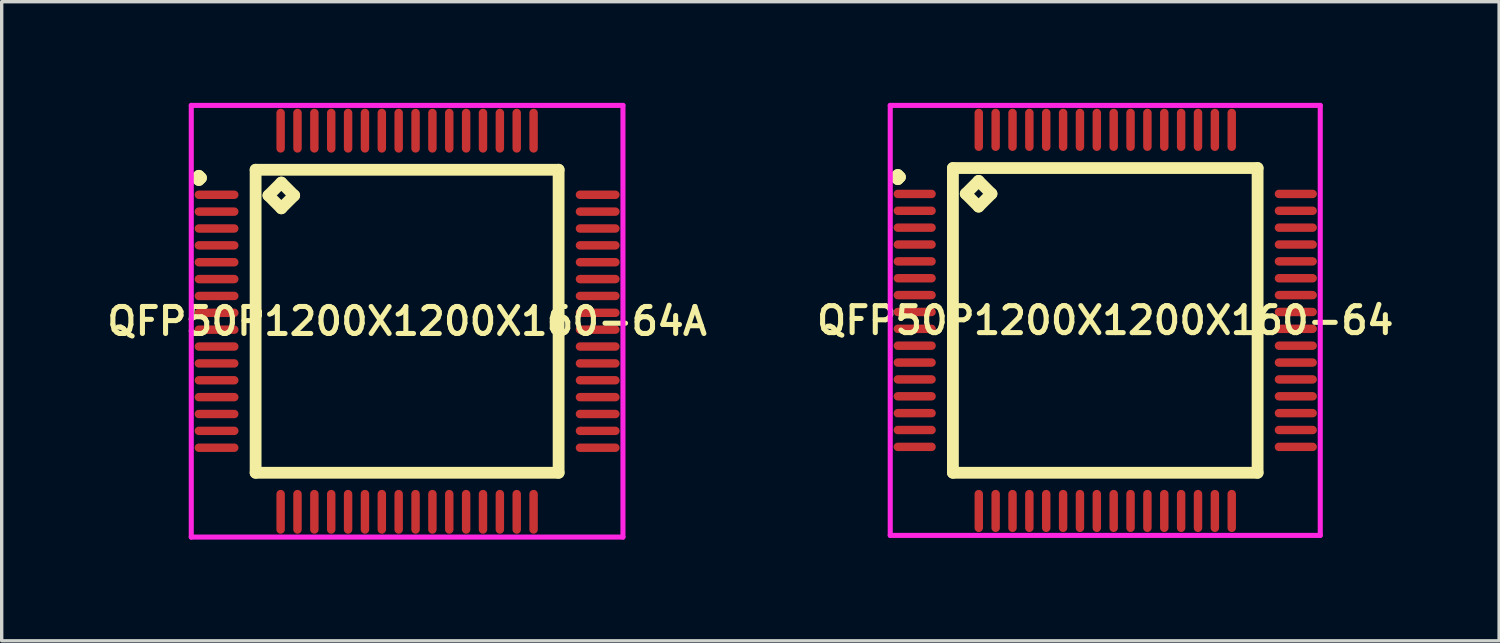
<source format=kicad_pcb>
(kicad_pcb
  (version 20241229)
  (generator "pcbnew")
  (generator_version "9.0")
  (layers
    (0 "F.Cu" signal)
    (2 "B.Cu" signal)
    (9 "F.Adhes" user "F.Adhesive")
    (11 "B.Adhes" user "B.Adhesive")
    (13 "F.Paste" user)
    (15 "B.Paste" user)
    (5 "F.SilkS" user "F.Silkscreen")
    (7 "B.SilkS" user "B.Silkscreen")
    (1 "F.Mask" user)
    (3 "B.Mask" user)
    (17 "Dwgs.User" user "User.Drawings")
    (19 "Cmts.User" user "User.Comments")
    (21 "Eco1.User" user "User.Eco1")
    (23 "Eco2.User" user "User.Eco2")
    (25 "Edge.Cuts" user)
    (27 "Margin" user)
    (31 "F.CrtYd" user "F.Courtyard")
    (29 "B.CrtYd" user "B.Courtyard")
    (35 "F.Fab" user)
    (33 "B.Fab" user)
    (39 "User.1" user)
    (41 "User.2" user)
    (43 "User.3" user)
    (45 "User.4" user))
  (footprint "QFP50P1200X1200X160-64"
    (layer "F.Cu")
    (at 29.721 6.45)
    (property "Reference" "QFP50P1200X1200X160-64" (at 0 0 0) (layer "F.SilkS") (effects (font (size 0.8 0.8) (thickness 0.15))))
    (attr smd)
    (fp_line (start -6.213 -4.25) (end -6.15 -4.312) (stroke (width 0.35) (type solid)) (layer "F.SilkS"))
    (fp_line (start -6.15 -4.312) (end -6.088 -4.25) (stroke (width 0.35) (type solid)) (layer "F.SilkS"))
    (fp_line (start -6.15 -4.188) (end -6.213 -4.25) (stroke (width 0.35) (type solid)) (layer "F.SilkS"))
    (fp_line (start -6.088 -4.25) (end -6.15 -4.188) (stroke (width 0.35) (type solid)) (layer "F.SilkS"))
    (fp_line (start -4.517 -4.517) (end -4.517 4.517) (stroke (width 0.35) (type solid)) (layer "F.SilkS"))
    (fp_line (start -4.517 4.517) (end 4.517 4.517) (stroke (width 0.35) (type solid)) (layer "F.SilkS"))
    (fp_line (start -4.136 -3.755) (end -3.755 -4.136) (stroke (width 0.35) (type solid)) (layer "F.SilkS"))
    (fp_line (start -3.755 -4.136) (end -3.374 -3.755) (stroke (width 0.35) (type solid)) (layer "F.SilkS"))
    (fp_line (start -3.755 -3.374) (end -4.136 -3.755) (stroke (width 0.35) (type solid)) (layer "F.SilkS"))
    (fp_line (start -3.374 -3.755) (end -3.755 -3.374) (stroke (width 0.35) (type solid)) (layer "F.SilkS"))
    (fp_line (start 4.517 -4.517) (end -4.517 -4.517) (stroke (width 0.35) (type solid)) (layer "F.SilkS"))
    (fp_line (start 4.517 4.517) (end 4.517 -4.517) (stroke (width 0.35) (type solid)) (layer "F.SilkS"))
    (fp_line (start -6.375 -6.375) (end 6.375 -6.375) (stroke (width 0.15) (type solid)) (layer "F.CrtYd"))
    (fp_line (start -6.375 6.375) (end -6.375 -6.375) (stroke (width 0.15) (type solid)) (layer "F.CrtYd"))
    (fp_line (start 6.375 -6.375) (end 6.375 6.375) (stroke (width 0.15) (type solid)) (layer "F.CrtYd"))
    (fp_line (start 6.375 6.375) (end -6.375 6.375) (stroke (width 0.15) (type solid)) (layer "F.CrtYd"))
    (pad "1" smd oval (at -5.65 -3.75) (size 1.25 0.25) (layers "F.Cu" "F.Mask" "F.Paste"))
    (pad "2" smd oval (at -5.65 -3.25) (size 1.25 0.25) (layers "F.Cu" "F.Mask" "F.Paste"))
    (pad "3" smd oval (at -5.65 -2.75) (size 1.25 0.25) (layers "F.Cu" "F.Mask" "F.Paste"))
    (pad "4" smd oval (at -5.65 -2.25) (size 1.25 0.25) (layers "F.Cu" "F.Mask" "F.Paste"))
    (pad "5" smd oval (at -5.65 -1.75) (size 1.25 0.25) (layers "F.Cu" "F.Mask" "F.Paste"))
    (pad "6" smd oval (at -5.65 -1.25) (size 1.25 0.25) (layers "F.Cu" "F.Mask" "F.Paste"))
    (pad "7" smd oval (at -5.65 -0.75) (size 1.25 0.25) (layers "F.Cu" "F.Mask" "F.Paste"))
    (pad "8" smd oval (at -5.65 -0.25) (size 1.25 0.25) (layers "F.Cu" "F.Mask" "F.Paste"))
    (pad "9" smd oval (at -5.65 0.25) (size 1.25 0.25) (layers "F.Cu" "F.Mask" "F.Paste"))
    (pad "10" smd oval (at -5.65 0.75) (size 1.25 0.25) (layers "F.Cu" "F.Mask" "F.Paste"))
    (pad "11" smd oval (at -5.65 1.25) (size 1.25 0.25) (layers "F.Cu" "F.Mask" "F.Paste"))
    (pad "12" smd oval (at -5.65 1.75) (size 1.25 0.25) (layers "F.Cu" "F.Mask" "F.Paste"))
    (pad "13" smd oval (at -5.65 2.25) (size 1.25 0.25) (layers "F.Cu" "F.Mask" "F.Paste"))
    (pad "14" smd oval (at -5.65 2.75) (size 1.25 0.25) (layers "F.Cu" "F.Mask" "F.Paste"))
    (pad "15" smd oval (at -5.65 3.25) (size 1.25 0.25) (layers "F.Cu" "F.Mask" "F.Paste"))
    (pad "16" smd oval (at -5.65 3.75) (size 1.25 0.25) (layers "F.Cu" "F.Mask" "F.Paste"))
    (pad "17" smd oval (at -3.75 5.65) (size 0.25 1.25) (layers "F.Cu" "F.Mask" "F.Paste"))
    (pad "18" smd oval (at -3.25 5.65) (size 0.25 1.25) (layers "F.Cu" "F.Mask" "F.Paste"))
    (pad "19" smd oval (at -2.75 5.65) (size 0.25 1.25) (layers "F.Cu" "F.Mask" "F.Paste"))
    (pad "20" smd oval (at -2.25 5.65) (size 0.25 1.25) (layers "F.Cu" "F.Mask" "F.Paste"))
    (pad "21" smd oval (at -1.75 5.65) (size 0.25 1.25) (layers "F.Cu" "F.Mask" "F.Paste"))
    (pad "22" smd oval (at -1.25 5.65) (size 0.25 1.25) (layers "F.Cu" "F.Mask" "F.Paste"))
    (pad "23" smd oval (at -0.75 5.65) (size 0.25 1.25) (layers "F.Cu" "F.Mask" "F.Paste"))
    (pad "24" smd oval (at -0.25 5.65) (size 0.25 1.25) (layers "F.Cu" "F.Mask" "F.Paste"))
    (pad "25" smd oval (at 0.25 5.65) (size 0.25 1.25) (layers "F.Cu" "F.Mask" "F.Paste"))
    (pad "26" smd oval (at 0.75 5.65) (size 0.25 1.25) (layers "F.Cu" "F.Mask" "F.Paste"))
    (pad "27" smd oval (at 1.25 5.65) (size 0.25 1.25) (layers "F.Cu" "F.Mask" "F.Paste"))
    (pad "28" smd oval (at 1.75 5.65) (size 0.25 1.25) (layers "F.Cu" "F.Mask" "F.Paste"))
    (pad "29" smd oval (at 2.25 5.65) (size 0.25 1.25) (layers "F.Cu" "F.Mask" "F.Paste"))
    (pad "30" smd oval (at 2.75 5.65) (size 0.25 1.25) (layers "F.Cu" "F.Mask" "F.Paste"))
    (pad "31" smd oval (at 3.25 5.65) (size 0.25 1.25) (layers "F.Cu" "F.Mask" "F.Paste"))
    (pad "32" smd oval (at 3.75 5.65) (size 0.25 1.25) (layers "F.Cu" "F.Mask" "F.Paste"))
    (pad "33" smd oval (at 5.65 3.75) (size 1.25 0.25) (layers "F.Cu" "F.Mask" "F.Paste"))
    (pad "34" smd oval (at 5.65 3.25) (size 1.25 0.25) (layers "F.Cu" "F.Mask" "F.Paste"))
    (pad "35" smd oval (at 5.65 2.75) (size 1.25 0.25) (layers "F.Cu" "F.Mask" "F.Paste"))
    (pad "36" smd oval (at 5.65 2.25) (size 1.25 0.25) (layers "F.Cu" "F.Mask" "F.Paste"))
    (pad "37" smd oval (at 5.65 1.75) (size 1.25 0.25) (layers "F.Cu" "F.Mask" "F.Paste"))
    (pad "38" smd oval (at 5.65 1.25) (size 1.25 0.25) (layers "F.Cu" "F.Mask" "F.Paste"))
    (pad "39" smd oval (at 5.65 0.75) (size 1.25 0.25) (layers "F.Cu" "F.Mask" "F.Paste"))
    (pad "40" smd oval (at 5.65 0.25) (size 1.25 0.25) (layers "F.Cu" "F.Mask" "F.Paste"))
    (pad "41" smd oval (at 5.65 -0.25) (size 1.25 0.25) (layers "F.Cu" "F.Mask" "F.Paste"))
    (pad "42" smd oval (at 5.65 -0.75) (size 1.25 0.25) (layers "F.Cu" "F.Mask" "F.Paste"))
    (pad "43" smd oval (at 5.65 -1.25) (size 1.25 0.25) (layers "F.Cu" "F.Mask" "F.Paste"))
    (pad "44" smd oval (at 5.65 -1.75) (size 1.25 0.25) (layers "F.Cu" "F.Mask" "F.Paste"))
    (pad "45" smd oval (at 5.65 -2.25) (size 1.25 0.25) (layers "F.Cu" "F.Mask" "F.Paste"))
    (pad "46" smd oval (at 5.65 -2.75) (size 1.25 0.25) (layers "F.Cu" "F.Mask" "F.Paste"))
    (pad "47" smd oval (at 5.65 -3.25) (size 1.25 0.25) (layers "F.Cu" "F.Mask" "F.Paste"))
    (pad "48" smd oval (at 5.65 -3.75) (size 1.25 0.25) (layers "F.Cu" "F.Mask" "F.Paste"))
    (pad "49" smd oval (at 3.75 -5.65) (size 0.25 1.25) (layers "F.Cu" "F.Mask" "F.Paste"))
    (pad "50" smd oval (at 3.25 -5.65) (size 0.25 1.25) (layers "F.Cu" "F.Mask" "F.Paste"))
    (pad "51" smd oval (at 2.75 -5.65) (size 0.25 1.25) (layers "F.Cu" "F.Mask" "F.Paste"))
    (pad "52" smd oval (at 2.25 -5.65) (size 0.25 1.25) (layers "F.Cu" "F.Mask" "F.Paste"))
    (pad "53" smd oval (at 1.75 -5.65) (size 0.25 1.25) (layers "F.Cu" "F.Mask" "F.Paste"))
    (pad "54" smd oval (at 1.25 -5.65) (size 0.25 1.25) (layers "F.Cu" "F.Mask" "F.Paste"))
    (pad "55" smd oval (at 0.75 -5.65) (size 0.25 1.25) (layers "F.Cu" "F.Mask" "F.Paste"))
    (pad "56" smd oval (at 0.25 -5.65) (size 0.25 1.25) (layers "F.Cu" "F.Mask" "F.Paste"))
    (pad "57" smd oval (at -0.25 -5.65) (size 0.25 1.25) (layers "F.Cu" "F.Mask" "F.Paste"))
    (pad "58" smd oval (at -0.75 -5.65) (size 0.25 1.25) (layers "F.Cu" "F.Mask" "F.Paste"))
    (pad "59" smd oval (at -1.25 -5.65) (size 0.25 1.25) (layers "F.Cu" "F.Mask" "F.Paste"))
    (pad "60" smd oval (at -1.75 -5.65) (size 0.25 1.25) (layers "F.Cu" "F.Mask" "F.Paste"))
    (pad "61" smd oval (at -2.25 -5.65) (size 0.25 1.25) (layers "F.Cu" "F.Mask" "F.Paste"))
    (pad "62" smd oval (at -2.75 -5.65) (size 0.25 1.25) (layers "F.Cu" "F.Mask" "F.Paste"))
    (pad "63" smd oval (at -3.25 -5.65) (size 0.25 1.25) (layers "F.Cu" "F.Mask" "F.Paste"))
    (pad "64" smd oval (at -3.75 -5.65) (size 0.25 1.25) (layers "F.Cu" "F.Mask" "F.Paste")))
  (footprint "QFP50P1200X1200X160-64A"
    (layer "F.Cu")
    (at 9.021 6.475)
    (property "Reference" "QFP50P1200X1200X160-64A" (at 0 0 0) (layer "F.SilkS") (effects (font (size 0.8 0.8) (thickness 0.15))))
    (attr through_hole)
    (fp_line (start -6.237 -4.25) (end -6.175 -4.312) (stroke (width 0.35) (type solid)) (layer "F.SilkS"))
    (fp_line (start -6.175 -4.312) (end -6.112 -4.25) (stroke (width 0.35) (type solid)) (layer "F.SilkS"))
    (fp_line (start -6.175 -4.188) (end -6.237 -4.25) (stroke (width 0.35) (type solid)) (layer "F.SilkS"))
    (fp_line (start -6.112 -4.25) (end -6.175 -4.188) (stroke (width 0.35) (type solid)) (layer "F.SilkS"))
    (fp_line (start -4.492 -4.492) (end -4.492 4.492) (stroke (width 0.35) (type solid)) (layer "F.SilkS"))
    (fp_line (start -4.492 4.492) (end 4.492 4.492) (stroke (width 0.35) (type solid)) (layer "F.SilkS"))
    (fp_line (start -4.111 -3.73) (end -3.73 -4.111) (stroke (width 0.35) (type solid)) (layer "F.SilkS"))
    (fp_line (start -3.73 -4.111) (end -3.349 -3.73) (stroke (width 0.35) (type solid)) (layer "F.SilkS"))
    (fp_line (start -3.73 -3.349) (end -4.111 -3.73) (stroke (width 0.35) (type solid)) (layer "F.SilkS"))
    (fp_line (start -3.349 -3.73) (end -3.73 -3.349) (stroke (width 0.35) (type solid)) (layer "F.SilkS"))
    (fp_line (start 4.492 -4.492) (end -4.492 -4.492) (stroke (width 0.35) (type solid)) (layer "F.SilkS"))
    (fp_line (start 4.492 4.492) (end 4.492 -4.492) (stroke (width 0.35) (type solid)) (layer "F.SilkS"))
    (fp_line (start -6.4 -6.4) (end 6.4 -6.4) (stroke (width 0.15) (type solid)) (layer "F.CrtYd"))
    (fp_line (start -6.4 6.4) (end -6.4 -6.4) (stroke (width 0.15) (type solid)) (layer "F.CrtYd"))
    (fp_line (start 6.4 -6.4) (end 6.4 6.4) (stroke (width 0.15) (type solid)) (layer "F.CrtYd"))
    (fp_line (start 6.4 6.4) (end -6.4 6.4) (stroke (width 0.15) (type solid)) (layer "F.CrtYd"))
    (pad "1" smd oval (at -5.65 -3.75) (size 1.3 0.25) (layers "F.Cu" "F.Mask" "F.Paste"))
    (pad "2" smd oval (at -5.65 -3.25) (size 1.3 0.25) (layers "F.Cu" "F.Mask" "F.Paste"))
    (pad "3" smd oval (at -5.65 -2.75) (size 1.3 0.25) (layers "F.Cu" "F.Mask" "F.Paste"))
    (pad "4" smd oval (at -5.65 -2.25) (size 1.3 0.25) (layers "F.Cu" "F.Mask" "F.Paste"))
    (pad "5" smd oval (at -5.65 -1.75) (size 1.3 0.25) (layers "F.Cu" "F.Mask" "F.Paste"))
    (pad "6" smd oval (at -5.65 -1.25) (size 1.3 0.25) (layers "F.Cu" "F.Mask" "F.Paste"))
    (pad "7" smd oval (at -5.65 -0.75) (size 1.3 0.25) (layers "F.Cu" "F.Mask" "F.Paste"))
    (pad "8" smd oval (at -5.65 -0.25) (size 1.3 0.25) (layers "F.Cu" "F.Mask" "F.Paste"))
    (pad "9" smd oval (at -5.65 0.25) (size 1.3 0.25) (layers "F.Cu" "F.Mask" "F.Paste"))
    (pad "10" smd oval (at -5.65 0.75) (size 1.3 0.25) (layers "F.Cu" "F.Mask" "F.Paste"))
    (pad "11" smd oval (at -5.65 1.25) (size 1.3 0.25) (layers "F.Cu" "F.Mask" "F.Paste"))
    (pad "12" smd oval (at -5.65 1.75) (size 1.3 0.25) (layers "F.Cu" "F.Mask" "F.Paste"))
    (pad "13" smd oval (at -5.65 2.25) (size 1.3 0.25) (layers "F.Cu" "F.Mask" "F.Paste"))
    (pad "14" smd oval (at -5.65 2.75) (size 1.3 0.25) (layers "F.Cu" "F.Mask" "F.Paste"))
    (pad "15" smd oval (at -5.65 3.25) (size 1.3 0.25) (layers "F.Cu" "F.Mask" "F.Paste"))
    (pad "16" smd oval (at -5.65 3.75) (size 1.3 0.25) (layers "F.Cu" "F.Mask" "F.Paste"))
    (pad "17" smd oval (at -3.75 5.65) (size 0.25 1.3) (layers "F.Cu" "F.Mask" "F.Paste"))
    (pad "18" smd oval (at -3.25 5.65) (size 0.25 1.3) (layers "F.Cu" "F.Mask" "F.Paste"))
    (pad "19" smd oval (at -2.75 5.65) (size 0.25 1.3) (layers "F.Cu" "F.Mask" "F.Paste"))
    (pad "20" smd oval (at -2.25 5.65) (size 0.25 1.3) (layers "F.Cu" "F.Mask" "F.Paste"))
    (pad "21" smd oval (at -1.75 5.65) (size 0.25 1.3) (layers "F.Cu" "F.Mask" "F.Paste"))
    (pad "22" smd oval (at -1.25 5.65) (size 0.25 1.3) (layers "F.Cu" "F.Mask" "F.Paste"))
    (pad "23" smd oval (at -0.75 5.65) (size 0.25 1.3) (layers "F.Cu" "F.Mask" "F.Paste"))
    (pad "24" smd oval (at -0.25 5.65) (size 0.25 1.3) (layers "F.Cu" "F.Mask" "F.Paste"))
    (pad "25" smd oval (at 0.25 5.65) (size 0.25 1.3) (layers "F.Cu" "F.Mask" "F.Paste"))
    (pad "26" smd oval (at 0.75 5.65) (size 0.25 1.3) (layers "F.Cu" "F.Mask" "F.Paste"))
    (pad "27" smd oval (at 1.25 5.65) (size 0.25 1.3) (layers "F.Cu" "F.Mask" "F.Paste"))
    (pad "28" smd oval (at 1.75 5.65) (size 0.25 1.3) (layers "F.Cu" "F.Mask" "F.Paste"))
    (pad "29" smd oval (at 2.25 5.65) (size 0.25 1.3) (layers "F.Cu" "F.Mask" "F.Paste"))
    (pad "30" smd oval (at 2.75 5.65) (size 0.25 1.3) (layers "F.Cu" "F.Mask" "F.Paste"))
    (pad "31" smd oval (at 3.25 5.65) (size 0.25 1.3) (layers "F.Cu" "F.Mask" "F.Paste"))
    (pad "32" smd oval (at 3.75 5.65) (size 0.25 1.3) (layers "F.Cu" "F.Mask" "F.Paste"))
    (pad "33" smd oval (at 5.65 3.75) (size 1.3 0.25) (layers "F.Cu" "F.Mask" "F.Paste"))
    (pad "34" smd oval (at 5.65 3.25) (size 1.3 0.25) (layers "F.Cu" "F.Mask" "F.Paste"))
    (pad "35" smd oval (at 5.65 2.75) (size 1.3 0.25) (layers "F.Cu" "F.Mask" "F.Paste"))
    (pad "36" smd oval (at 5.65 2.25) (size 1.3 0.25) (layers "F.Cu" "F.Mask" "F.Paste"))
    (pad "37" smd oval (at 5.65 1.75) (size 1.3 0.25) (layers "F.Cu" "F.Mask" "F.Paste"))
    (pad "38" smd oval (at 5.65 1.25) (size 1.3 0.25) (layers "F.Cu" "F.Mask" "F.Paste"))
    (pad "39" smd oval (at 5.65 0.75) (size 1.3 0.25) (layers "F.Cu" "F.Mask" "F.Paste"))
    (pad "40" smd oval (at 5.65 0.25) (size 1.3 0.25) (layers "F.Cu" "F.Mask" "F.Paste"))
    (pad "41" smd oval (at 5.65 -0.25) (size 1.3 0.25) (layers "F.Cu" "F.Mask" "F.Paste"))
    (pad "42" smd oval (at 5.65 -0.75) (size 1.3 0.25) (layers "F.Cu" "F.Mask" "F.Paste"))
    (pad "43" smd oval (at 5.65 -1.25) (size 1.3 0.25) (layers "F.Cu" "F.Mask" "F.Paste"))
    (pad "44" smd oval (at 5.65 -1.75) (size 1.3 0.25) (layers "F.Cu" "F.Mask" "F.Paste"))
    (pad "45" smd oval (at 5.65 -2.25) (size 1.3 0.25) (layers "F.Cu" "F.Mask" "F.Paste"))
    (pad "46" smd oval (at 5.65 -2.75) (size 1.3 0.25) (layers "F.Cu" "F.Mask" "F.Paste"))
    (pad "47" smd oval (at 5.65 -3.25) (size 1.3 0.25) (layers "F.Cu" "F.Mask" "F.Paste"))
    (pad "48" smd oval (at 5.65 -3.75) (size 1.3 0.25) (layers "F.Cu" "F.Mask" "F.Paste"))
    (pad "49" smd oval (at 3.75 -5.65) (size 0.25 1.3) (layers "F.Cu" "F.Mask" "F.Paste"))
    (pad "50" smd oval (at 3.25 -5.65) (size 0.25 1.3) (layers "F.Cu" "F.Mask" "F.Paste"))
    (pad "51" smd oval (at 2.75 -5.65) (size 0.25 1.3) (layers "F.Cu" "F.Mask" "F.Paste"))
    (pad "52" smd oval (at 2.25 -5.65) (size 0.25 1.3) (layers "F.Cu" "F.Mask" "F.Paste"))
    (pad "53" smd oval (at 1.75 -5.65) (size 0.25 1.3) (layers "F.Cu" "F.Mask" "F.Paste"))
    (pad "54" smd oval (at 1.25 -5.65) (size 0.25 1.3) (layers "F.Cu" "F.Mask" "F.Paste"))
    (pad "55" smd oval (at 0.75 -5.65) (size 0.25 1.3) (layers "F.Cu" "F.Mask" "F.Paste"))
    (pad "56" smd oval (at 0.25 -5.65) (size 0.25 1.3) (layers "F.Cu" "F.Mask" "F.Paste"))
    (pad "57" smd oval (at -0.25 -5.65) (size 0.25 1.3) (layers "F.Cu" "F.Mask" "F.Paste"))
    (pad "58" smd oval (at -0.75 -5.65) (size 0.25 1.3) (layers "F.Cu" "F.Mask" "F.Paste"))
    (pad "59" smd oval (at -1.25 -5.65) (size 0.25 1.3) (layers "F.Cu" "F.Mask" "F.Paste"))
    (pad "60" smd oval (at -1.75 -5.65) (size 0.25 1.3) (layers "F.Cu" "F.Mask" "F.Paste"))
    (pad "61" smd oval (at -2.25 -5.65) (size 0.25 1.3) (layers "F.Cu" "F.Mask" "F.Paste"))
    (pad "62" smd oval (at -2.75 -5.65) (size 0.25 1.3) (layers "F.Cu" "F.Mask" "F.Paste"))
    (pad "63" smd oval (at -3.25 -5.65) (size 0.25 1.3) (layers "F.Cu" "F.Mask" "F.Paste"))
    (pad "64" smd oval (at -3.75 -5.65) (size 0.25 1.3) (layers "F.Cu" "F.Mask" "F.Paste")))
  (gr_rect
    (start -3 -3)
    (end 41.399 15.95)
    (stroke (width 0.1) (type default))
    (fill no)
    (layer "Edge.Cuts")))
</source>
